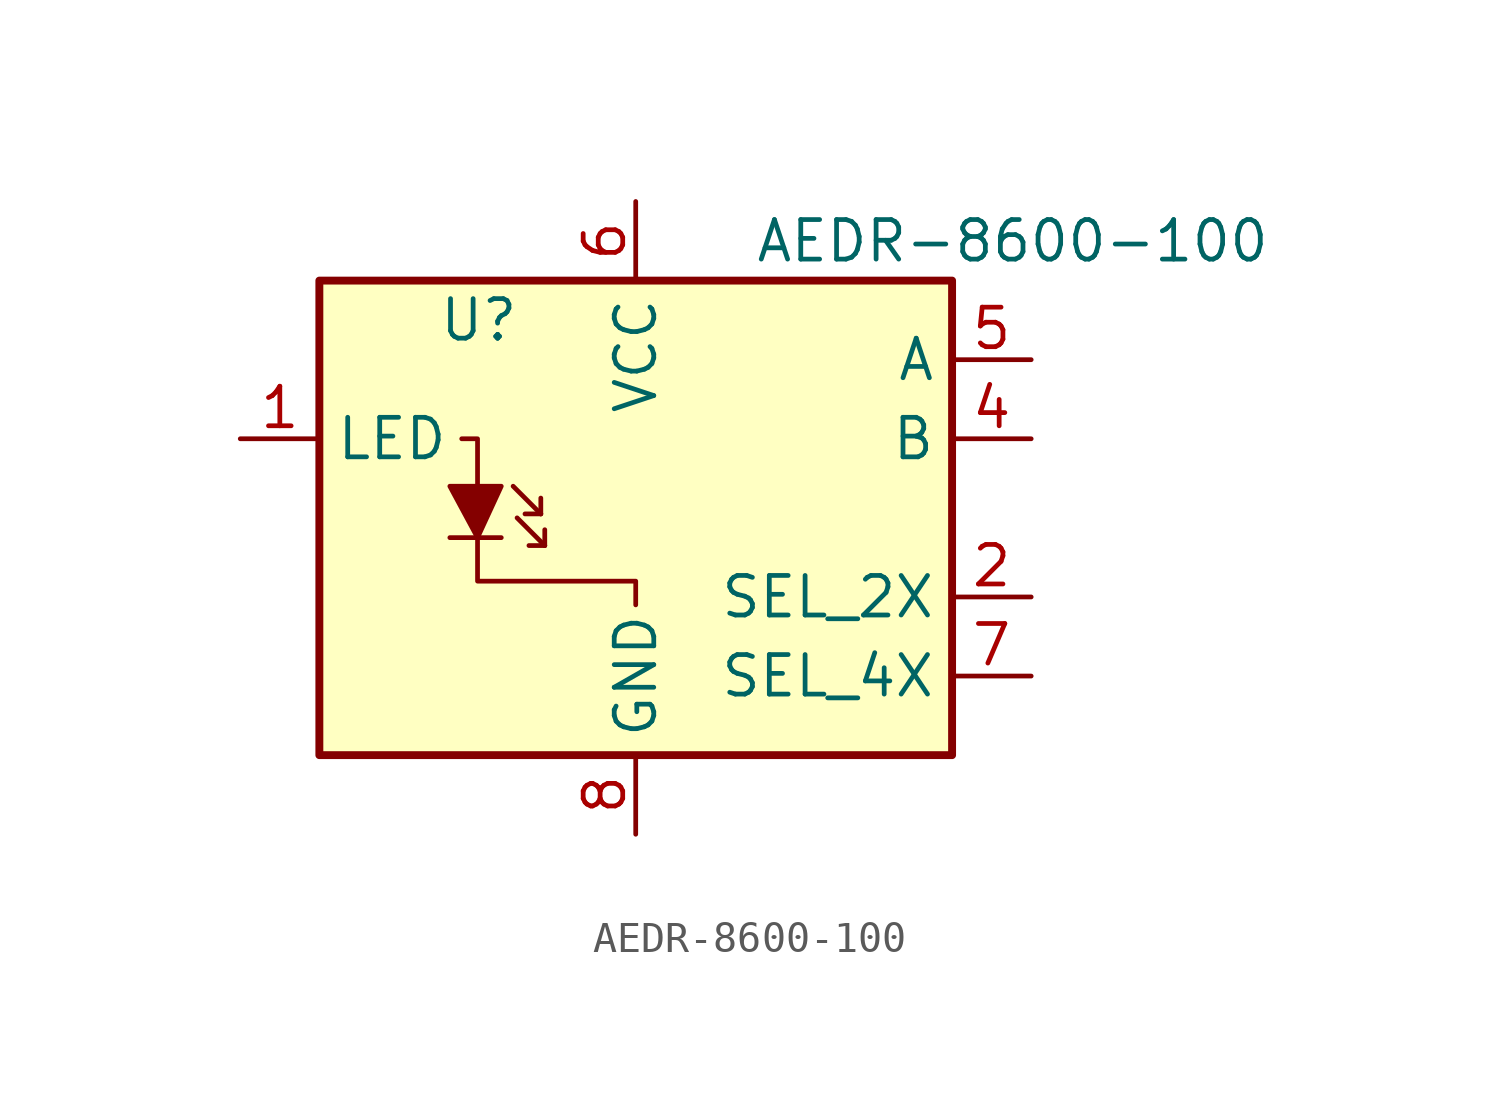
<source format=kicad_sym>
(kicad_symbol_lib
  (version 20211014)
  (generator kicad_symbol_editor)
  (symbol "AEDR-8600:AEDR-8600-100"
    (property "Reference" "U"
      (at -6.35 6.35 0)
      (effects (font (size 1.27 1.27)) (justify left)))
    (property "Value" "AEDR-8600-100"
      (at 3.81 8.89 0)
      (effects (font (size 1.27 1.27)) (justify left)))
    (symbol "AEDR-8600-100_0_1"
      (rectangle (start -10.16 7.62) (end 10.16 -7.62) (stroke (width 0.254) (type default) (color 0 0 0 0)) (fill (type background)))
      (polyline (pts (xy -5.08 1.016) (xy -5.08 2.54) (xy -5.588 2.54)) (stroke (width 0.152) (type default) (color 0 0 0 0)) (fill (type none)))
      (polyline (pts (xy -5.08 -0.508) (xy -5.08 -2.032) (xy 0 -2.032) (xy 0 -2.794)) (stroke (width 0.152) (type default) (color 0 0 0 0)) (fill (type none))))
    (symbol "AEDR-8600-100_1_1"
      (polyline (pts (xy -4.318 -0.635) (xy -5.969 -0.635)) (stroke (width 0) (type default) (color 0 0 0 0)) (fill (type none)))
      (polyline (pts (xy -3.048 0.127) (xy -3.937 1.016)) (stroke (width 0) (type default) (color 0 0 0 0)) (fill (type none)))
      (polyline (pts (xy -3.048 0.127) (xy -3.556 0.127)) (stroke (width 0) (type default) (color 0 0 0 0)) (fill (type none)))
      (polyline (pts (xy -3.048 0.127) (xy -3.048 0.635)) (stroke (width 0) (type default) (color 0 0 0 0)) (fill (type none)))
      (polyline (pts (xy -2.921 -0.889) (xy -3.81 0)) (stroke (width 0) (type default) (color 0 0 0 0)) (fill (type none)))
      (polyline (pts (xy -2.921 -0.889) (xy -3.429 -0.889)) (stroke (width 0) (type default) (color 0 0 0 0)) (fill (type none)))
      (polyline (pts (xy -2.921 -0.889) (xy -2.921 -0.381)) (stroke (width 0) (type default) (color 0 0 0 0)) (fill (type none)))
      (polyline (pts (xy -4.318 1.016) (xy -5.969 1.016) (xy -5.08 -0.635) (xy -4.318 1.016)) (stroke (width 0) (type default) (color 0 0 0 0)) (fill (type outline)))
      (pin power_in line (at -12.7 2.54 0) (length 2.54) (name "LED" (effects (font (size 1.27 1.27)))) (number "1" (effects (font (size 1.27 1.27)))))
      (pin input line (at 12.7 -2.54 180) (length 2.54) (name "SEL_2X" (effects (font (size 1.27 1.27)))) (number "2" (effects (font (size 1.27 1.27)))))
      (pin no_connect line (at -2.54 -7.62 90) (length 2.54) hide (name "NC" (effects (font (size 1.27 1.27)))) (number "3" (effects (font (size 1.27 1.27)))))
      (pin output line (at 12.7 2.54 180) (length 2.54) (name "B" (effects (font (size 1.27 1.27)))) (number "4" (effects (font (size 1.27 1.27)))))
      (pin output line (at 12.7 5.08 180) (length 2.54) (name "A" (effects (font (size 1.27 1.27)))) (number "5" (effects (font (size 1.27 1.27)))))
      (pin power_in line (at 0 10.16 270) (length 2.54) (name "VCC" (effects (font (size 1.27 1.27)))) (number "6" (effects (font (size 1.27 1.27)))))
      (pin input line (at 12.7 -5.08 180) (length 2.54) (name "SEL_4X" (effects (font (size 1.27 1.27)))) (number "7" (effects (font (size 1.27 1.27)))))
      (pin power_in line (at 0 -10.16 90) (length 2.54) (name "GND" (effects (font (size 1.27 1.27)))) (number "8" (effects (font (size 1.27 1.27))))))))
</source>
